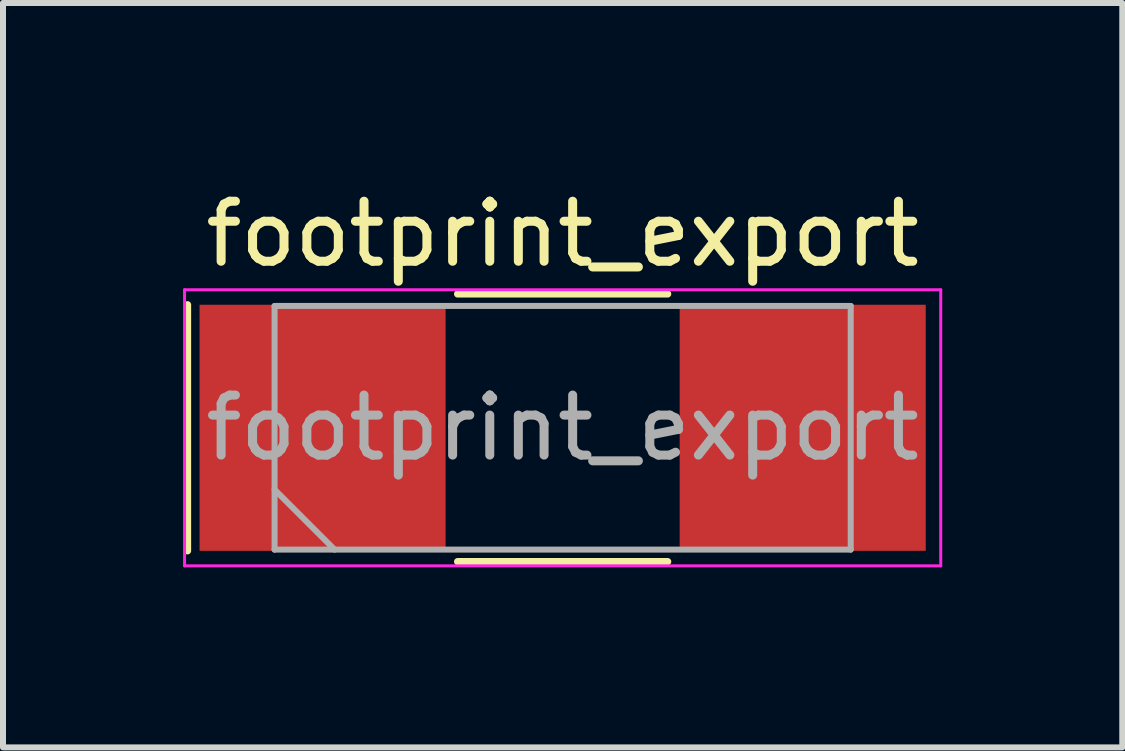
<source format=kicad_pcb>
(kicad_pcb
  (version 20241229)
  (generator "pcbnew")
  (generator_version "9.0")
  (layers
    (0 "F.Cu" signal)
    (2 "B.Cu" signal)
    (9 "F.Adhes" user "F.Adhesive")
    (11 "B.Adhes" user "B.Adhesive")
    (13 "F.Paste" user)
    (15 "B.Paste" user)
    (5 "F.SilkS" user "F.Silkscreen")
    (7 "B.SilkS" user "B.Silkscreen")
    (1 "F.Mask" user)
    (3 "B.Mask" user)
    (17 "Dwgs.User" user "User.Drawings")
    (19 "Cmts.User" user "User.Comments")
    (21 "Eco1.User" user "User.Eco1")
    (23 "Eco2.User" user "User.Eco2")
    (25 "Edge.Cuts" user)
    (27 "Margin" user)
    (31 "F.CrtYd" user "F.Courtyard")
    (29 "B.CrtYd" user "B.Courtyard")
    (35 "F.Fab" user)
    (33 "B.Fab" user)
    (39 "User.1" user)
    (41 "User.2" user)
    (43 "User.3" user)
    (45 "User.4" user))
  (footprint "footprint_export"
    (layer "F.Cu")
    (at 6.325 4.078)
    (property "Reference" "footprint_export" (at 0 -3.23 0) (layer "F.SilkS") (effects (font (size 1 1) (thickness 0.15))))
    (attr smd)
    (fp_line (start -6.25 -2.05) (end -6.25 2.05) (stroke (width 0.12) (type solid)) (layer "F.SilkS"))
    (fp_line (start -1.75 -2.23) (end 1.75 -2.23) (stroke (width 0.12) (type solid)) (layer "F.SilkS"))
    (fp_line (start -1.75 2.23) (end 1.75 2.23) (stroke (width 0.12) (type solid)) (layer "F.SilkS"))
    (fp_line (start -6.3 -2.3) (end -6.3 2.3) (stroke (width 0.05) (type solid)) (layer "F.CrtYd"))
    (fp_line (start -6.3 2.3) (end 6.3 2.3) (stroke (width 0.05) (type solid)) (layer "F.CrtYd"))
    (fp_line (start 6.3 -2.3) (end -6.3 -2.3) (stroke (width 0.05) (type solid)) (layer "F.CrtYd"))
    (fp_line (start 6.3 2.3) (end 6.3 -2.3) (stroke (width 0.05) (type solid)) (layer "F.CrtYd"))
    (fp_line (start -4.8 -2.03) (end -4.8 2.03) (stroke (width 0.1) (type solid)) (layer "F.Fab"))
    (fp_line (start -4.8 1.03) (end -3.8 2.03) (stroke (width 0.1) (type solid)) (layer "F.Fab"))
    (fp_line (start -4.8 2.03) (end 4.8 2.03) (stroke (width 0.1) (type solid)) (layer "F.Fab"))
    (fp_line (start 4.8 -2.03) (end -4.8 -2.03) (stroke (width 0.1) (type solid)) (layer "F.Fab"))
    (fp_line (start 4.8 2.03) (end 4.8 -2.03) (stroke (width 0.1) (type solid)) (layer "F.Fab"))
    (fp_text user "${REFERENCE}" (at 0 0 0) (layer "F.Fab") (effects (font (size 1 1) (thickness 0.15))))
    (pad "1" smd rect (at -4 0) (size 4.1 4.1) (layers "F.Cu" "F.Mask" "F.Paste"))
    (pad "2" smd rect (at 4 0) (size 4.1 4.1) (layers "F.Cu" "F.Mask" "F.Paste")))
  (gr_rect
    (start -3 -3)
    (end 15.65 9.403)
    (stroke (width 0.1) (type default))
    (fill no)
    (layer "Edge.Cuts")))
</source>
